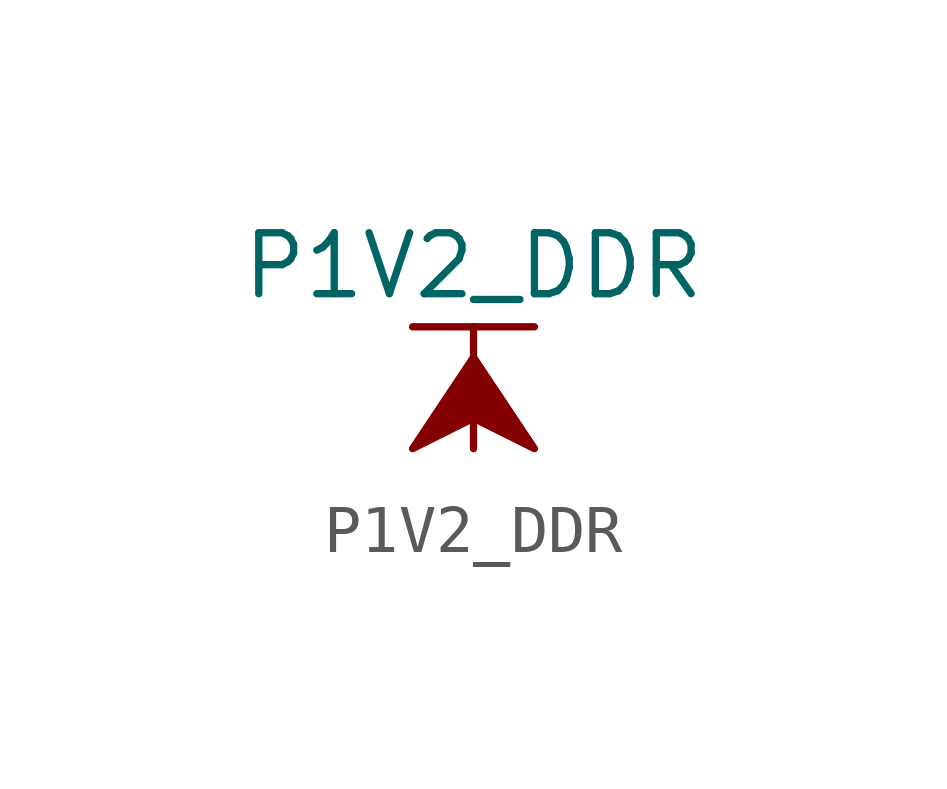
<source format=kicad_sym>
(kicad_symbol_lib
  (version 20211014)
  (generator kicad_symbol_editor)
  (symbol "P1V2_DDR"
    (power)
    (pin_names
      (offset 0))
    (property "Reference" "#PWR"
      (at 0 -3.81 0)
      (effects (font (size 1.27 1.27)) hide))
    (property "Value" "P1V2_DDR"
      (at 0 3.81 0)
      (effects (font (size 1.27 1.27))))
    (symbol "P1V2_DDR_0_1"
      (polyline (pts (xy -1.27 2.54) (xy 1.27 2.54)) (stroke (width 0.152) (type default) (color 0 0 0 0)) (fill (type none)))
      (polyline (pts (xy 0 0) (xy 0 2.54)) (stroke (width 0.152) (type default) (color 0 0 0 0)) (fill (type none)))
      (polyline (pts (xy 0 1.905) (xy -1.27 0) (xy 0 0.635) (xy 1.27 0) (xy 0 1.905)) (stroke (width 0.152) (type default) (color 0 0 0 0)) (fill (type outline))))
    (symbol "P1V2_DDR_1_1"
      (pin power_in line (at 0 0 90) (length 0) hide (name "P1V2_DDR" (effects (font (size 1.27 1.27)))) (number "1" (effects (font (size 1.27 1.27))))))))
</source>
